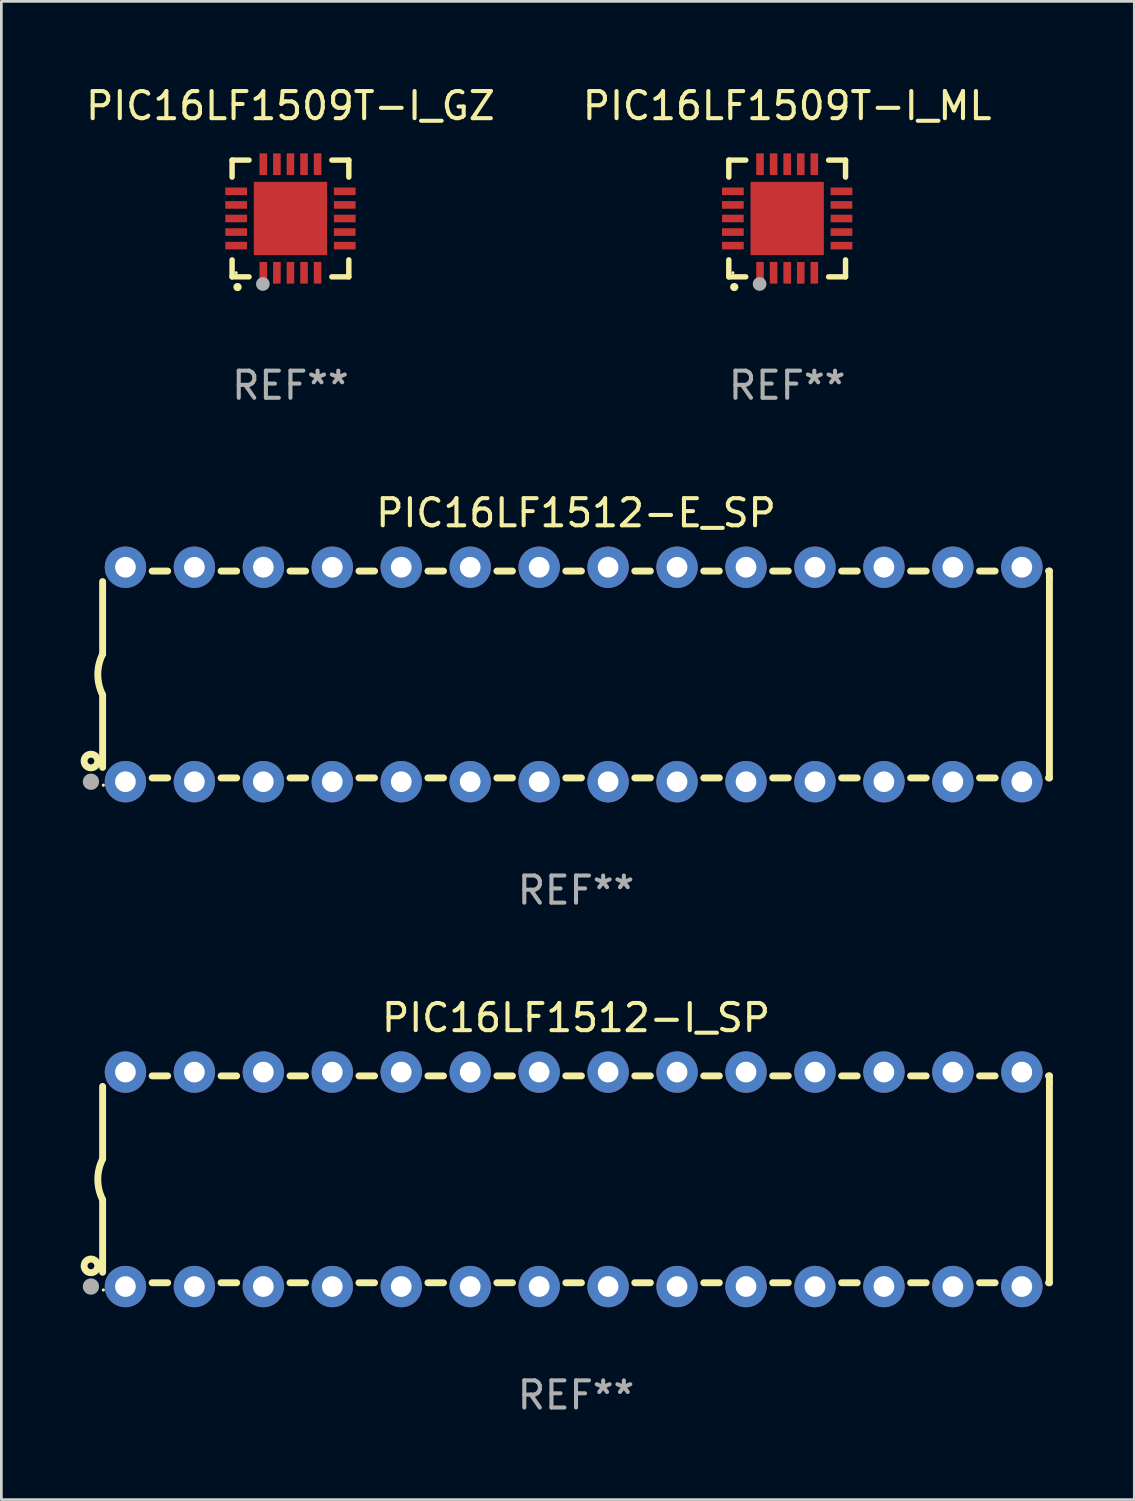
<source format=kicad_pcb>
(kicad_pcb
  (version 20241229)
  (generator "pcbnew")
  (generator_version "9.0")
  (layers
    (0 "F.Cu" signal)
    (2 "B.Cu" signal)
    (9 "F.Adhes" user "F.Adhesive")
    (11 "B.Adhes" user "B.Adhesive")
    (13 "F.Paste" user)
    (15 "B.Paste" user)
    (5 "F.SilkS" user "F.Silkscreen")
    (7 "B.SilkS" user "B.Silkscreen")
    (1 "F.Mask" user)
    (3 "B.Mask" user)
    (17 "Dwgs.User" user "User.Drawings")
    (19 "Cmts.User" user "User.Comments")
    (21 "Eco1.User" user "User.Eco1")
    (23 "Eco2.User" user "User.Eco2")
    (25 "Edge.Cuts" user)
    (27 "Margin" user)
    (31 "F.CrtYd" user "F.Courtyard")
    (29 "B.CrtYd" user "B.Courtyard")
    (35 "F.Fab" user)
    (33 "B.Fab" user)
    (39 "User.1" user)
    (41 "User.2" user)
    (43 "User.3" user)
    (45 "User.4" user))
  (footprint "PIC16LF1509T-I_ML"
    (layer "F.Cu")
    (at 25.946 4.998)
    (property "Reference" "PIC16LF1509T-I_ML" (at 0 -4.15 0) (layer "F.SilkS") (effects (font (size 1 1) (thickness 0.15))))
    (attr through_hole)
    (fp_line (start -2.15 -2.15) (end -2.15 -1.525) (stroke (width 0.2) (type solid)) (layer "F.SilkS"))
    (fp_line (start -2.15 2.15) (end -2.15 1.525) (stroke (width 0.2) (type solid)) (layer "F.SilkS"))
    (fp_line (start -1.525 -2.15) (end -2.15 -2.15) (stroke (width 0.2) (type solid)) (layer "F.SilkS"))
    (fp_line (start -1.525 2.15) (end -2.15 2.15) (stroke (width 0.2) (type solid)) (layer "F.SilkS"))
    (fp_line (start 1.525 2.15) (end 2.15 2.15) (stroke (width 0.2) (type solid)) (layer "F.SilkS"))
    (fp_line (start 2.15 -2.15) (end 1.525 -2.15) (stroke (width 0.2) (type solid)) (layer "F.SilkS"))
    (fp_line (start 2.15 -1.525) (end 2.15 -2.15) (stroke (width 0.2) (type solid)) (layer "F.SilkS"))
    (fp_line (start 2.15 2.15) (end 2.15 1.525) (stroke (width 0.2) (type solid)) (layer "F.SilkS"))
    (fp_arc (start -1.950724 2.524765) (mid -1.949454 2.52476) (end -1.948184 2.524765) (stroke (width 0.3) (type solid)) (layer "F.SilkS"))
    (fp_circle (center -2 2) (end -1.97 2) (stroke (width 0.06) (type solid)) (fill no) (layer "F.SilkS"))
    (fp_circle (center -1.016 2.413) (end -0.889 2.413) (stroke (width 0.254) (type solid)) (fill no) (layer "F.Fab"))
    (fp_text user "REF**" (at 0 6.15 0) (layer "F.Fab") (effects (font (size 1 1) (thickness 0.15))))
    (pad "1" smd rect (at -1 2) (size 0.28 0.8) (layers "F.Cu" "F.Mask" "F.Paste"))
    (pad "2" smd rect (at -0.5 2) (size 0.28 0.8) (layers "F.Cu" "F.Mask" "F.Paste"))
    (pad "3" smd rect (at 0 2) (size 0.28 0.8) (layers "F.Cu" "F.Mask" "F.Paste"))
    (pad "4" smd rect (at 0.5 2) (size 0.28 0.8) (layers "F.Cu" "F.Mask" "F.Paste"))
    (pad "5" smd rect (at 1 2) (size 0.28 0.8) (layers "F.Cu" "F.Mask" "F.Paste"))
    (pad "6" smd rect (at 2 1) (size 0.8 0.28) (layers "F.Cu" "F.Mask" "F.Paste"))
    (pad "7" smd rect (at 2 0.5) (size 0.8 0.28) (layers "F.Cu" "F.Mask" "F.Paste"))
    (pad "8" smd rect (at 2 0) (size 0.8 0.28) (layers "F.Cu" "F.Mask" "F.Paste"))
    (pad "9" smd rect (at 2 -0.5) (size 0.8 0.28) (layers "F.Cu" "F.Mask" "F.Paste"))
    (pad "10" smd rect (at 2 -1) (size 0.8 0.28) (layers "F.Cu" "F.Mask" "F.Paste"))
    (pad "11" smd rect (at 1 -2) (size 0.28 0.8) (layers "F.Cu" "F.Mask" "F.Paste"))
    (pad "12" smd rect (at 0.5 -2) (size 0.28 0.8) (layers "F.Cu" "F.Mask" "F.Paste"))
    (pad "13" smd rect (at 0 -2) (size 0.28 0.8) (layers "F.Cu" "F.Mask" "F.Paste"))
    (pad "14" smd rect (at -0.5 -2) (size 0.28 0.8) (layers "F.Cu" "F.Mask" "F.Paste"))
    (pad "15" smd rect (at -1 -2) (size 0.28 0.8) (layers "F.Cu" "F.Mask" "F.Paste"))
    (pad "16" smd rect (at -2 -1) (size 0.8 0.28) (layers "F.Cu" "F.Mask" "F.Paste"))
    (pad "17" smd rect (at -2 -0.5) (size 0.8 0.28) (layers "F.Cu" "F.Mask" "F.Paste"))
    (pad "18" smd rect (at -2 0) (size 0.8 0.28) (layers "F.Cu" "F.Mask" "F.Paste"))
    (pad "19" smd rect (at -2 0.5) (size 0.8 0.28) (layers "F.Cu" "F.Mask" "F.Paste"))
    (pad "20" smd rect (at -2 1) (size 0.8 0.28) (layers "F.Cu" "F.Mask" "F.Paste"))
    (pad "21" smd rect (at 0 0) (size 2.7 2.7) (layers "F.Cu" "F.Mask" "F.Paste")))
  (footprint "PIC16LF1512-I_SP"
    (layer "F.Cu")
    (at 18.168 40.391)
    (property "Reference" "PIC16LF1512-I_SP" (at 0 -5.95 0) (layer "F.SilkS") (effects (font (size 1 1) (thickness 0.15))))
    (attr through_hole)
    (fp_line (start -17.438 0.75) (end -17.438 3.423) (stroke (width 0.254) (type solid)) (layer "F.SilkS"))
    (fp_line (start -17.438 -3.423) (end -17.438 -0.75) (stroke (width 0.254) (type solid)) (layer "F.SilkS"))
    (fp_line (start -15.615 3.81) (end -15.041 3.81) (stroke (width 0.254) (type solid)) (layer "F.SilkS"))
    (fp_line (start -15.041 -3.81) (end -15.614 -3.81) (stroke (width 0.254) (type solid)) (layer "F.SilkS"))
    (fp_line (start -13.075 3.81) (end -12.501 3.81) (stroke (width 0.254) (type solid)) (layer "F.SilkS"))
    (fp_line (start -12.501 -3.81) (end -13.074 -3.81) (stroke (width 0.254) (type solid)) (layer "F.SilkS"))
    (fp_line (start -10.535 3.81) (end -9.961 3.81) (stroke (width 0.254) (type solid)) (layer "F.SilkS"))
    (fp_line (start -9.961 -3.81) (end -10.534 -3.81) (stroke (width 0.254) (type solid)) (layer "F.SilkS"))
    (fp_line (start -7.995 3.81) (end -7.421 3.81) (stroke (width 0.254) (type solid)) (layer "F.SilkS"))
    (fp_line (start -7.421 -3.81) (end -7.995 -3.81) (stroke (width 0.254) (type solid)) (layer "F.SilkS"))
    (fp_line (start -5.455 3.81) (end -4.881 3.81) (stroke (width 0.254) (type solid)) (layer "F.SilkS"))
    (fp_line (start -4.881 -3.81) (end -5.455 -3.81) (stroke (width 0.254) (type solid)) (layer "F.SilkS"))
    (fp_line (start -2.915 3.81) (end -2.341 3.81) (stroke (width 0.254) (type solid)) (layer "F.SilkS"))
    (fp_line (start -2.341 -3.81) (end -2.915 -3.81) (stroke (width 0.254) (type solid)) (layer "F.SilkS"))
    (fp_line (start -0.375 3.81) (end 0.199 3.81) (stroke (width 0.254) (type solid)) (layer "F.SilkS"))
    (fp_line (start 0.199 -3.81) (end -0.375 -3.81) (stroke (width 0.254) (type solid)) (layer "F.SilkS"))
    (fp_line (start 2.165 3.81) (end 2.739 3.81) (stroke (width 0.254) (type solid)) (layer "F.SilkS"))
    (fp_line (start 2.739 -3.81) (end 2.165 -3.81) (stroke (width 0.254) (type solid)) (layer "F.SilkS"))
    (fp_line (start 4.705 3.81) (end 5.279 3.81) (stroke (width 0.254) (type solid)) (layer "F.SilkS"))
    (fp_line (start 5.279 -3.81) (end 4.705 -3.81) (stroke (width 0.254) (type solid)) (layer "F.SilkS"))
    (fp_line (start 7.245 3.81) (end 7.819 3.81) (stroke (width 0.254) (type solid)) (layer "F.SilkS"))
    (fp_line (start 7.819 -3.81) (end 7.245 -3.81) (stroke (width 0.254) (type solid)) (layer "F.SilkS"))
    (fp_line (start 9.785 3.81) (end 10.359 3.81) (stroke (width 0.254) (type solid)) (layer "F.SilkS"))
    (fp_line (start 10.359 -3.81) (end 9.785 -3.81) (stroke (width 0.254) (type solid)) (layer "F.SilkS"))
    (fp_line (start 12.325 3.81) (end 12.899 3.81) (stroke (width 0.254) (type solid)) (layer "F.SilkS"))
    (fp_line (start 12.899 -3.81) (end 12.325 -3.81) (stroke (width 0.254) (type solid)) (layer "F.SilkS"))
    (fp_line (start 14.865 3.81) (end 15.439 3.81) (stroke (width 0.254) (type solid)) (layer "F.SilkS"))
    (fp_line (start 15.439 -3.81) (end 14.865 -3.81) (stroke (width 0.254) (type solid)) (layer "F.SilkS"))
    (fp_line (start 17.405 3.81) (end 17.438 3.81) (stroke (width 0.254) (type solid)) (layer "F.SilkS"))
    (fp_line (start 17.438 -3.81) (end 17.405 -3.81) (stroke (width 0.254) (type solid)) (layer "F.SilkS"))
    (fp_line (start 17.438 -3.556) (end 17.438 -3.81) (stroke (width 0.254) (type solid)) (layer "F.SilkS"))
    (fp_line (start 17.438 3.81) (end 17.438 -3.556) (stroke (width 0.254) (type solid)) (layer "F.SilkS"))
    (fp_arc (start -17.437986 0.749657) (mid -17.614887 -0.000024) (end -17.437783 -0.749657) (stroke (width 0.254001) (type solid)) (layer "F.SilkS"))
    (fp_circle (center -17.868 3.188) (end -17.743 3.188) (stroke (width 0.254) (type solid)) (fill no) (layer "F.SilkS"))
    (fp_circle (center -17.411 4.077) (end -17.381 4.077) (stroke (width 0.06) (type solid)) (fill no) (layer "F.SilkS"))
    (fp_circle (center -17.868 3.95) (end -17.718 3.95) (stroke (width 0.3) (type solid)) (fill no) (layer "F.Fab"))
    (fp_text user "REF**" (at 0 7.95 0) (layer "F.Fab") (effects (font (size 1 1) (thickness 0.15))))
    (pad "1" thru_hole circle (at -16.598 3.95) (size 1.524 1.524) (drill 0.762) (layers "*.Cu" "*.Mask"))
    (pad "2" thru_hole circle (at -14.058 3.95) (size 1.524 1.524) (drill 0.762) (layers "*.Cu" "*.Mask"))
    (pad "3" thru_hole circle (at -11.518 3.95) (size 1.524 1.524) (drill 0.762) (layers "*.Cu" "*.Mask"))
    (pad "4" thru_hole circle (at -8.978 3.95) (size 1.524 1.524) (drill 0.762) (layers "*.Cu" "*.Mask"))
    (pad "5" thru_hole circle (at -6.438 3.95) (size 1.524 1.524) (drill 0.762) (layers "*.Cu" "*.Mask"))
    (pad "6" thru_hole circle (at -3.898 3.95) (size 1.524 1.524) (drill 0.762) (layers "*.Cu" "*.Mask"))
    (pad "7" thru_hole circle (at -1.358 3.95) (size 1.524 1.524) (drill 0.762) (layers "*.Cu" "*.Mask"))
    (pad "8" thru_hole circle (at 1.182 3.95) (size 1.524 1.524) (drill 0.762) (layers "*.Cu" "*.Mask"))
    (pad "9" thru_hole circle (at 3.722 3.95) (size 1.524 1.524) (drill 0.762) (layers "*.Cu" "*.Mask"))
    (pad "10" thru_hole circle (at 6.262 3.95) (size 1.524 1.524) (drill 0.762) (layers "*.Cu" "*.Mask"))
    (pad "11" thru_hole circle (at 8.802 3.95) (size 1.524 1.524) (drill 0.762) (layers "*.Cu" "*.Mask"))
    (pad "12" thru_hole circle (at 11.342 3.95) (size 1.524 1.524) (drill 0.762) (layers "*.Cu" "*.Mask"))
    (pad "13" thru_hole circle (at 13.882 3.95) (size 1.524 1.524) (drill 0.762) (layers "*.Cu" "*.Mask"))
    (pad "14" thru_hole circle (at 16.422 3.95) (size 1.524 1.524) (drill 0.762) (layers "*.Cu" "*.Mask"))
    (pad "15" thru_hole circle (at 16.422 -3.95) (size 1.524 1.524) (drill 0.762) (layers "*.Cu" "*.Mask"))
    (pad "16" thru_hole circle (at 13.882 -3.95) (size 1.524 1.524) (drill 0.762) (layers "*.Cu" "*.Mask"))
    (pad "17" thru_hole circle (at 11.342 -3.95) (size 1.524 1.524) (drill 0.762) (layers "*.Cu" "*.Mask"))
    (pad "18" thru_hole circle (at 8.802 -3.95) (size 1.524 1.524) (drill 0.762) (layers "*.Cu" "*.Mask"))
    (pad "19" thru_hole circle (at 6.262 -3.95) (size 1.524 1.524) (drill 0.762) (layers "*.Cu" "*.Mask"))
    (pad "20" thru_hole circle (at 3.722 -3.95) (size 1.524 1.524) (drill 0.762) (layers "*.Cu" "*.Mask"))
    (pad "21" thru_hole circle (at 1.182 -3.95) (size 1.524 1.524) (drill 0.762) (layers "*.Cu" "*.Mask"))
    (pad "22" thru_hole circle (at -1.358 -3.95) (size 1.524 1.524) (drill 0.762) (layers "*.Cu" "*.Mask"))
    (pad "23" thru_hole circle (at -3.898 -3.95) (size 1.524 1.524) (drill 0.762) (layers "*.Cu" "*.Mask"))
    (pad "24" thru_hole circle (at -6.438 -3.95) (size 1.524 1.524) (drill 0.762) (layers "*.Cu" "*.Mask"))
    (pad "25" thru_hole circle (at -8.978 -3.95) (size 1.524 1.524) (drill 0.762) (layers "*.Cu" "*.Mask"))
    (pad "26" thru_hole circle (at -11.517 -3.95) (size 1.524 1.524) (drill 0.762) (layers "*.Cu" "*.Mask"))
    (pad "27" thru_hole circle (at -14.057 -3.95) (size 1.524 1.524) (drill 0.762) (layers "*.Cu" "*.Mask"))
    (pad "28" thru_hole circle (at -16.597 -3.95) (size 1.524 1.524) (drill 0.762) (layers "*.Cu" "*.Mask")))
  (footprint "PIC16LF1509T-I_GZ"
    (layer "F.Cu")
    (at 7.649 4.998)
    (property "Reference" "PIC16LF1509T-I_GZ" (at 0 -4.15 0) (layer "F.SilkS") (effects (font (size 1 1) (thickness 0.15))))
    (attr through_hole)
    (fp_line (start -2.15 -2.15) (end -2.15 -1.525) (stroke (width 0.2) (type solid)) (layer "F.SilkS"))
    (fp_line (start -2.15 2.15) (end -2.15 1.525) (stroke (width 0.2) (type solid)) (layer "F.SilkS"))
    (fp_line (start -1.525 -2.15) (end -2.15 -2.15) (stroke (width 0.2) (type solid)) (layer "F.SilkS"))
    (fp_line (start -1.525 2.15) (end -2.15 2.15) (stroke (width 0.2) (type solid)) (layer "F.SilkS"))
    (fp_line (start 1.525 2.15) (end 2.15 2.15) (stroke (width 0.2) (type solid)) (layer "F.SilkS"))
    (fp_line (start 2.15 -2.15) (end 1.525 -2.15) (stroke (width 0.2) (type solid)) (layer "F.SilkS"))
    (fp_line (start 2.15 -1.525) (end 2.15 -2.15) (stroke (width 0.2) (type solid)) (layer "F.SilkS"))
    (fp_line (start 2.15 2.15) (end 2.15 1.525) (stroke (width 0.2) (type solid)) (layer "F.SilkS"))
    (fp_arc (start -1.950724 2.524765) (mid -1.949454 2.52476) (end -1.948184 2.524765) (stroke (width 0.3) (type solid)) (layer "F.SilkS"))
    (fp_circle (center -2 2) (end -1.97 2) (stroke (width 0.06) (type solid)) (fill no) (layer "F.SilkS"))
    (fp_circle (center -1.016 2.413) (end -0.889 2.413) (stroke (width 0.254) (type solid)) (fill no) (layer "F.Fab"))
    (fp_text user "REF**" (at 0 6.15 0) (layer "F.Fab") (effects (font (size 1 1) (thickness 0.15))))
    (pad "1" smd rect (at -1 2 180) (size 0.28 0.8) (layers "F.Cu" "F.Mask" "F.Paste"))
    (pad "2" smd rect (at -0.5 2 180) (size 0.28 0.8) (layers "F.Cu" "F.Mask" "F.Paste"))
    (pad "3" smd rect (at 0 2 180) (size 0.28 0.8) (layers "F.Cu" "F.Mask" "F.Paste"))
    (pad "4" smd rect (at 0.5 2 180) (size 0.28 0.8) (layers "F.Cu" "F.Mask" "F.Paste"))
    (pad "5" smd rect (at 1 2 180) (size 0.28 0.8) (layers "F.Cu" "F.Mask" "F.Paste"))
    (pad "6" smd rect (at 2 1 90) (size 0.28 0.8) (layers "F.Cu" "F.Mask" "F.Paste"))
    (pad "7" smd rect (at 2 0.5 90) (size 0.28 0.8) (layers "F.Cu" "F.Mask" "F.Paste"))
    (pad "8" smd rect (at 2 0 90) (size 0.28 0.8) (layers "F.Cu" "F.Mask" "F.Paste"))
    (pad "9" smd rect (at 2 -0.5 90) (size 0.28 0.8) (layers "F.Cu" "F.Mask" "F.Paste"))
    (pad "10" smd rect (at 2 -1 90) (size 0.28 0.8) (layers "F.Cu" "F.Mask" "F.Paste"))
    (pad "11" smd rect (at 1 -2 180) (size 0.28 0.8) (layers "F.Cu" "F.Mask" "F.Paste"))
    (pad "12" smd rect (at 0.5 -2 180) (size 0.28 0.8) (layers "F.Cu" "F.Mask" "F.Paste"))
    (pad "13" smd rect (at 0 -2 180) (size 0.28 0.8) (layers "F.Cu" "F.Mask" "F.Paste"))
    (pad "14" smd rect (at -0.5 -2 180) (size 0.28 0.8) (layers "F.Cu" "F.Mask" "F.Paste"))
    (pad "15" smd rect (at -1 -2 180) (size 0.28 0.8) (layers "F.Cu" "F.Mask" "F.Paste"))
    (pad "16" smd rect (at -2 -1 90) (size 0.28 0.8) (layers "F.Cu" "F.Mask" "F.Paste"))
    (pad "17" smd rect (at -2 -0.5 90) (size 0.28 0.8) (layers "F.Cu" "F.Mask" "F.Paste"))
    (pad "18" smd rect (at -2 0 90) (size 0.28 0.8) (layers "F.Cu" "F.Mask" "F.Paste"))
    (pad "19" smd rect (at -2 0.5 90) (size 0.28 0.8) (layers "F.Cu" "F.Mask" "F.Paste"))
    (pad "20" smd rect (at -2 1 90) (size 0.28 0.8) (layers "F.Cu" "F.Mask" "F.Paste"))
    (pad "21" smd rect (at 0 0 90) (size 2.7 2.7) (layers "F.Cu" "F.Mask" "F.Paste")))
  (footprint "PIC16LF1512-E_SP"
    (layer "F.Cu")
    (at 18.168 21.795)
    (property "Reference" "PIC16LF1512-E_SP" (at 0 -5.95 0) (layer "F.SilkS") (effects (font (size 1 1) (thickness 0.15))))
    (attr through_hole)
    (fp_line (start -17.438 0.75) (end -17.438 3.423) (stroke (width 0.254) (type solid)) (layer "F.SilkS"))
    (fp_line (start -17.438 -3.423) (end -17.438 -0.75) (stroke (width 0.254) (type solid)) (layer "F.SilkS"))
    (fp_line (start -15.615 3.81) (end -15.041 3.81) (stroke (width 0.254) (type solid)) (layer "F.SilkS"))
    (fp_line (start -15.041 -3.81) (end -15.614 -3.81) (stroke (width 0.254) (type solid)) (layer "F.SilkS"))
    (fp_line (start -13.075 3.81) (end -12.501 3.81) (stroke (width 0.254) (type solid)) (layer "F.SilkS"))
    (fp_line (start -12.501 -3.81) (end -13.074 -3.81) (stroke (width 0.254) (type solid)) (layer "F.SilkS"))
    (fp_line (start -10.535 3.81) (end -9.961 3.81) (stroke (width 0.254) (type solid)) (layer "F.SilkS"))
    (fp_line (start -9.961 -3.81) (end -10.534 -3.81) (stroke (width 0.254) (type solid)) (layer "F.SilkS"))
    (fp_line (start -7.995 3.81) (end -7.421 3.81) (stroke (width 0.254) (type solid)) (layer "F.SilkS"))
    (fp_line (start -7.421 -3.81) (end -7.995 -3.81) (stroke (width 0.254) (type solid)) (layer "F.SilkS"))
    (fp_line (start -5.455 3.81) (end -4.881 3.81) (stroke (width 0.254) (type solid)) (layer "F.SilkS"))
    (fp_line (start -4.881 -3.81) (end -5.455 -3.81) (stroke (width 0.254) (type solid)) (layer "F.SilkS"))
    (fp_line (start -2.915 3.81) (end -2.341 3.81) (stroke (width 0.254) (type solid)) (layer "F.SilkS"))
    (fp_line (start -2.341 -3.81) (end -2.915 -3.81) (stroke (width 0.254) (type solid)) (layer "F.SilkS"))
    (fp_line (start -0.375 3.81) (end 0.199 3.81) (stroke (width 0.254) (type solid)) (layer "F.SilkS"))
    (fp_line (start 0.199 -3.81) (end -0.375 -3.81) (stroke (width 0.254) (type solid)) (layer "F.SilkS"))
    (fp_line (start 2.165 3.81) (end 2.739 3.81) (stroke (width 0.254) (type solid)) (layer "F.SilkS"))
    (fp_line (start 2.739 -3.81) (end 2.165 -3.81) (stroke (width 0.254) (type solid)) (layer "F.SilkS"))
    (fp_line (start 4.705 3.81) (end 5.279 3.81) (stroke (width 0.254) (type solid)) (layer "F.SilkS"))
    (fp_line (start 5.279 -3.81) (end 4.705 -3.81) (stroke (width 0.254) (type solid)) (layer "F.SilkS"))
    (fp_line (start 7.245 3.81) (end 7.819 3.81) (stroke (width 0.254) (type solid)) (layer "F.SilkS"))
    (fp_line (start 7.819 -3.81) (end 7.245 -3.81) (stroke (width 0.254) (type solid)) (layer "F.SilkS"))
    (fp_line (start 9.785 3.81) (end 10.359 3.81) (stroke (width 0.254) (type solid)) (layer "F.SilkS"))
    (fp_line (start 10.359 -3.81) (end 9.785 -3.81) (stroke (width 0.254) (type solid)) (layer "F.SilkS"))
    (fp_line (start 12.325 3.81) (end 12.899 3.81) (stroke (width 0.254) (type solid)) (layer "F.SilkS"))
    (fp_line (start 12.899 -3.81) (end 12.325 -3.81) (stroke (width 0.254) (type solid)) (layer "F.SilkS"))
    (fp_line (start 14.865 3.81) (end 15.439 3.81) (stroke (width 0.254) (type solid)) (layer "F.SilkS"))
    (fp_line (start 15.439 -3.81) (end 14.865 -3.81) (stroke (width 0.254) (type solid)) (layer "F.SilkS"))
    (fp_line (start 17.405 3.81) (end 17.438 3.81) (stroke (width 0.254) (type solid)) (layer "F.SilkS"))
    (fp_line (start 17.438 -3.81) (end 17.405 -3.81) (stroke (width 0.254) (type solid)) (layer "F.SilkS"))
    (fp_line (start 17.438 -3.556) (end 17.438 -3.81) (stroke (width 0.254) (type solid)) (layer "F.SilkS"))
    (fp_line (start 17.438 3.81) (end 17.438 -3.556) (stroke (width 0.254) (type solid)) (layer "F.SilkS"))
    (fp_arc (start -17.437986 0.749657) (mid -17.614887 -0.000024) (end -17.437783 -0.749657) (stroke (width 0.254001) (type solid)) (layer "F.SilkS"))
    (fp_circle (center -17.868 3.188) (end -17.743 3.188) (stroke (width 0.254) (type solid)) (fill no) (layer "F.SilkS"))
    (fp_circle (center -17.411 4.077) (end -17.381 4.077) (stroke (width 0.06) (type solid)) (fill no) (layer "F.SilkS"))
    (fp_circle (center -17.868 3.95) (end -17.718 3.95) (stroke (width 0.3) (type solid)) (fill no) (layer "F.Fab"))
    (fp_text user "REF**" (at 0 7.95 0) (layer "F.Fab") (effects (font (size 1 1) (thickness 0.15))))
    (pad "1" thru_hole circle (at -16.598 3.95) (size 1.524 1.524) (drill 0.762) (layers "*.Cu" "*.Mask"))
    (pad "2" thru_hole circle (at -14.058 3.95) (size 1.524 1.524) (drill 0.762) (layers "*.Cu" "*.Mask"))
    (pad "3" thru_hole circle (at -11.518 3.95) (size 1.524 1.524) (drill 0.762) (layers "*.Cu" "*.Mask"))
    (pad "4" thru_hole circle (at -8.978 3.95) (size 1.524 1.524) (drill 0.762) (layers "*.Cu" "*.Mask"))
    (pad "5" thru_hole circle (at -6.438 3.95) (size 1.524 1.524) (drill 0.762) (layers "*.Cu" "*.Mask"))
    (pad "6" thru_hole circle (at -3.898 3.95) (size 1.524 1.524) (drill 0.762) (layers "*.Cu" "*.Mask"))
    (pad "7" thru_hole circle (at -1.358 3.95) (size 1.524 1.524) (drill 0.762) (layers "*.Cu" "*.Mask"))
    (pad "8" thru_hole circle (at 1.182 3.95) (size 1.524 1.524) (drill 0.762) (layers "*.Cu" "*.Mask"))
    (pad "9" thru_hole circle (at 3.722 3.95) (size 1.524 1.524) (drill 0.762) (layers "*.Cu" "*.Mask"))
    (pad "10" thru_hole circle (at 6.262 3.95) (size 1.524 1.524) (drill 0.762) (layers "*.Cu" "*.Mask"))
    (pad "11" thru_hole circle (at 8.802 3.95) (size 1.524 1.524) (drill 0.762) (layers "*.Cu" "*.Mask"))
    (pad "12" thru_hole circle (at 11.342 3.95) (size 1.524 1.524) (drill 0.762) (layers "*.Cu" "*.Mask"))
    (pad "13" thru_hole circle (at 13.882 3.95) (size 1.524 1.524) (drill 0.762) (layers "*.Cu" "*.Mask"))
    (pad "14" thru_hole circle (at 16.422 3.95) (size 1.524 1.524) (drill 0.762) (layers "*.Cu" "*.Mask"))
    (pad "15" thru_hole circle (at 16.422 -3.95) (size 1.524 1.524) (drill 0.762) (layers "*.Cu" "*.Mask"))
    (pad "16" thru_hole circle (at 13.882 -3.95) (size 1.524 1.524) (drill 0.762) (layers "*.Cu" "*.Mask"))
    (pad "17" thru_hole circle (at 11.342 -3.95) (size 1.524 1.524) (drill 0.762) (layers "*.Cu" "*.Mask"))
    (pad "18" thru_hole circle (at 8.802 -3.95) (size 1.524 1.524) (drill 0.762) (layers "*.Cu" "*.Mask"))
    (pad "19" thru_hole circle (at 6.262 -3.95) (size 1.524 1.524) (drill 0.762) (layers "*.Cu" "*.Mask"))
    (pad "20" thru_hole circle (at 3.722 -3.95) (size 1.524 1.524) (drill 0.762) (layers "*.Cu" "*.Mask"))
    (pad "21" thru_hole circle (at 1.182 -3.95) (size 1.524 1.524) (drill 0.762) (layers "*.Cu" "*.Mask"))
    (pad "22" thru_hole circle (at -1.358 -3.95) (size 1.524 1.524) (drill 0.762) (layers "*.Cu" "*.Mask"))
    (pad "23" thru_hole circle (at -3.898 -3.95) (size 1.524 1.524) (drill 0.762) (layers "*.Cu" "*.Mask"))
    (pad "24" thru_hole circle (at -6.438 -3.95) (size 1.524 1.524) (drill 0.762) (layers "*.Cu" "*.Mask"))
    (pad "25" thru_hole circle (at -8.978 -3.95) (size 1.524 1.524) (drill 0.762) (layers "*.Cu" "*.Mask"))
    (pad "26" thru_hole circle (at -11.517 -3.95) (size 1.524 1.524) (drill 0.762) (layers "*.Cu" "*.Mask"))
    (pad "27" thru_hole circle (at -14.057 -3.95) (size 1.524 1.524) (drill 0.762) (layers "*.Cu" "*.Mask"))
    (pad "28" thru_hole circle (at -16.597 -3.95) (size 1.524 1.524) (drill 0.762) (layers "*.Cu" "*.Mask")))
  (gr_rect
    (start -3 -3)
    (end 38.733 52.189)
    (stroke (width 0.1) (type default))
    (fill no)
    (layer "Edge.Cuts")))
</source>
